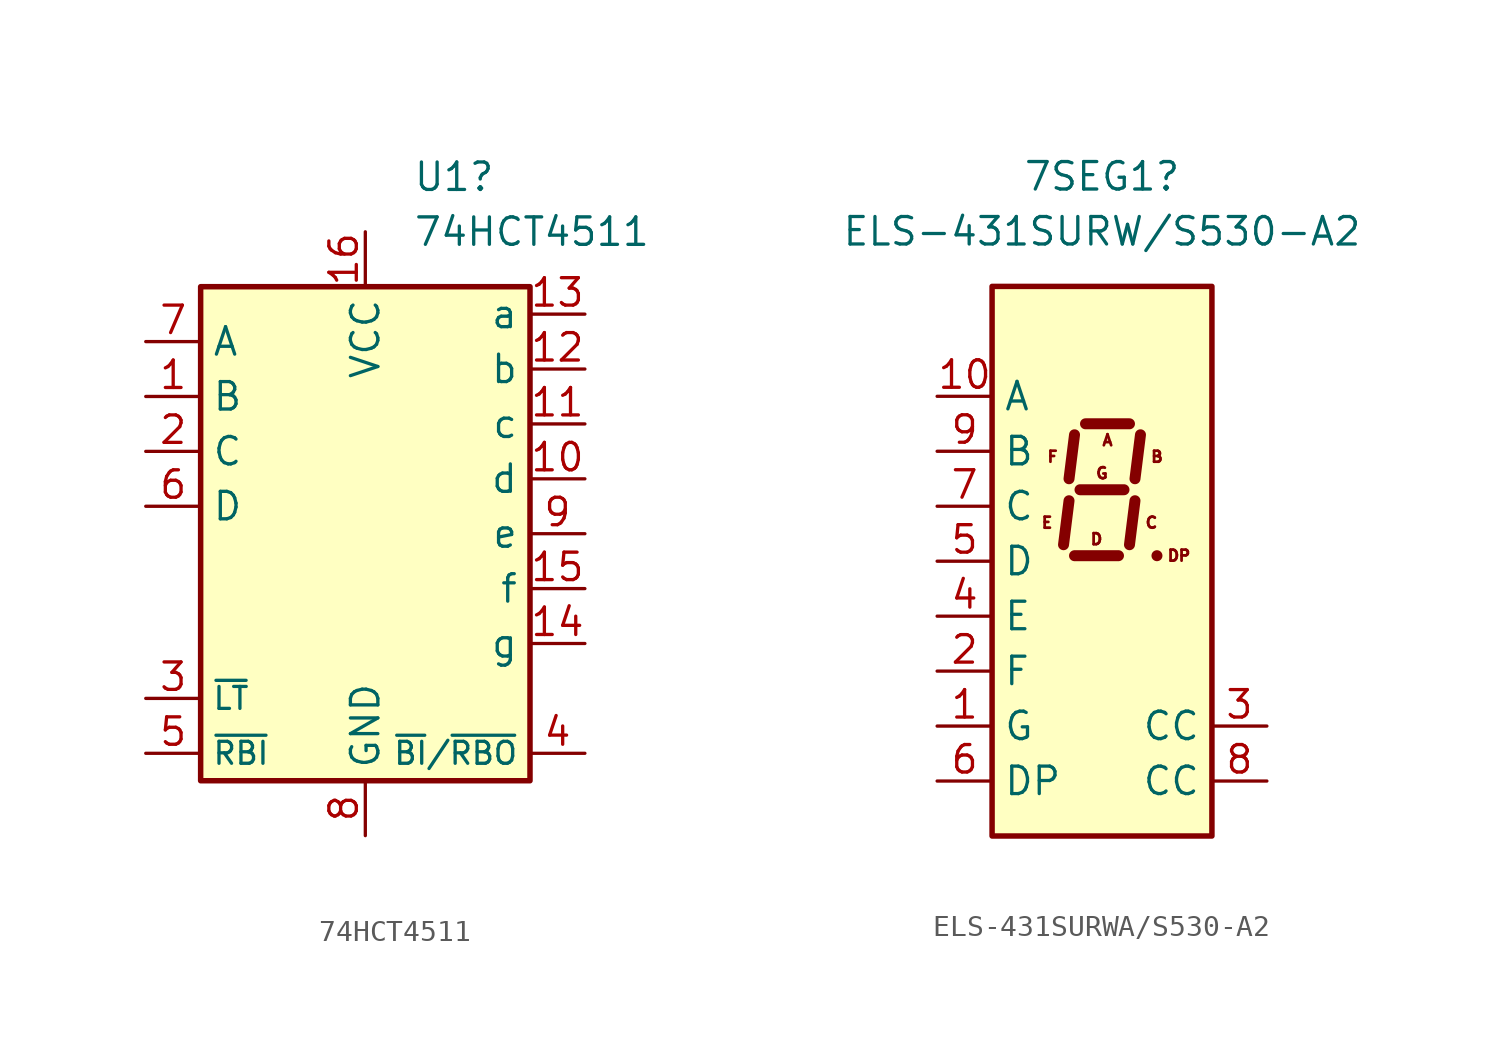
<source format=kicad_sym>
(kicad_symbol_lib
  (version 20231120)
  (generator "kicad_symbol_editor")
  (generator_version "8.0")
  (symbol "74HCT4511"
    (property "Reference" "U1"
      (at 2.194 17.78 0)
      (effects (font (size 1.27 1.27)) (justify left)))
    (property "Value" "74HCT4511"
      (at 2.194 15.24 0)
      (effects (font (size 1.27 1.27)) (justify left)))
    (symbol "74HCT4511_0_1"
      (rectangle (start -7.62 12.7) (end 7.62 -10.16) (stroke (width 0.254) (type default)) (fill (type background))))
    (symbol "74HCT4511_1_1"
      (pin input line (at -10.16 7.62 0) (length 2.54) (name "B" (effects (font (size 1.27 1.27)))) (number "1" (effects (font (size 1.27 1.27)))))
      (pin output line (at 10.16 3.81 180) (length 2.54) (name "d" (effects (font (size 1.27 1.27)))) (number "10" (effects (font (size 1.27 1.27)))))
      (pin output line (at 10.16 6.35 180) (length 2.54) (name "c" (effects (font (size 1.27 1.27)))) (number "11" (effects (font (size 1.27 1.27)))))
      (pin output line (at 10.16 8.89 180) (length 2.54) (name "b" (effects (font (size 1.27 1.27)))) (number "12" (effects (font (size 1.27 1.27)))))
      (pin output line (at 10.16 11.43 180) (length 2.54) (name "a" (effects (font (size 1.27 1.27)))) (number "13" (effects (font (size 1.27 1.27)))))
      (pin output line (at 10.16 -3.81 180) (length 2.54) (name "g" (effects (font (size 1.27 1.27)))) (number "14" (effects (font (size 1.27 1.27)))))
      (pin output line (at 10.16 -1.27 180) (length 2.54) (name "f" (effects (font (size 1.27 1.27)))) (number "15" (effects (font (size 1.27 1.27)))))
      (pin power_in line (at 0 15.24 270) (length 2.54) (name "VCC" (effects (font (size 1.27 1.27)))) (number "16" (effects (font (size 1.27 1.27)))))
      (pin input line (at -10.16 5.08 0) (length 2.54) (name "C" (effects (font (size 1.27 1.27)))) (number "2" (effects (font (size 1.27 1.27)))))
      (pin input line (at -10.16 -6.35 0) (length 2.54) (name "~{LT}" (effects (font (size 1.016 1.016)))) (number "3" (effects (font (size 1.27 1.27)))))
      (pin output line (at 10.16 -8.89 180) (length 2.54) (name "~{BI}/~{RBO}" (effects (font (size 1.016 1.016)))) (number "4" (effects (font (size 1.27 1.27)))))
      (pin input line (at -10.16 -8.89 0) (length 2.54) (name "~{RBI}" (effects (font (size 1.016 1.016)))) (number "5" (effects (font (size 1.27 1.27)))))
      (pin input line (at -10.16 2.54 0) (length 2.54) (name "D" (effects (font (size 1.27 1.27)))) (number "6" (effects (font (size 1.27 1.27)))))
      (pin input line (at -10.16 10.16 0) (length 2.54) (name "A" (effects (font (size 1.27 1.27)))) (number "7" (effects (font (size 1.27 1.27)))))
      (pin power_in line (at 0 -12.7 90) (length 2.54) (name "GND" (effects (font (size 1.27 1.27)))) (number "8" (effects (font (size 1.27 1.27)))))
      (pin output line (at 10.16 1.27 180) (length 2.54) (name "e" (effects (font (size 1.27 1.27)))) (number "9" (effects (font (size 1.27 1.27)))))))
  (symbol "ELS-431SURWA/S530-A2"
    (property "Reference" "7SEG1"
      (at 0 17.78 0)
      (effects (font (size 1.27 1.27))))
    (property "Value" "ELS-431SURW/S530-A2"
      (at 0 15.24 0)
      (effects (font (size 1.27 1.27))))
    (symbol "ELS-431SURWA/S530-A2_0_0"
      (text "A" (at 0.254 5.588 0) (effects (font (size 0.508 0.508))))
      (text "B" (at 2.54 4.826 0) (effects (font (size 0.508 0.508))))
      (text "C" (at 2.286 1.778 0) (effects (font (size 0.508 0.508))))
      (text "D" (at -0.254 1.016 0) (effects (font (size 0.508 0.508))))
      (text "DP" (at 3.556 0.254 0) (effects (font (size 0.508 0.508))))
      (text "E" (at -2.54 1.778 0) (effects (font (size 0.508 0.508))))
      (text "F" (at -2.286 4.826 0) (effects (font (size 0.508 0.508))))
      (text "G" (at 0 4.064 0) (effects (font (size 0.508 0.508)))))
    (symbol "ELS-431SURWA/S530-A2_0_1"
      (rectangle (start -5.08 12.7) (end 5.08 -12.7) (stroke (width 0.254) (type default)) (fill (type background)))
      (polyline (pts (xy -1.524 2.794) (xy -1.778 0.762)) (stroke (width 0.508) (type default)) (fill (type none)))
      (polyline (pts (xy -1.27 0.254) (xy 0.762 0.254)) (stroke (width 0.508) (type default)) (fill (type none)))
      (polyline (pts (xy -1.27 5.842) (xy -1.524 3.81)) (stroke (width 0.508) (type default)) (fill (type none)))
      (polyline (pts (xy -1.016 3.302) (xy 1.016 3.302)) (stroke (width 0.508) (type default)) (fill (type none)))
      (polyline (pts (xy -0.762 6.35) (xy 1.27 6.35)) (stroke (width 0.508) (type default)) (fill (type none)))
      (polyline (pts (xy 1.524 2.794) (xy 1.27 0.762)) (stroke (width 0.508) (type default)) (fill (type none)))
      (polyline (pts (xy 1.778 5.842) (xy 1.524 3.81)) (stroke (width 0.508) (type default)) (fill (type none)))
      (polyline (pts (xy 2.54 0.254) (xy 2.54 0.254)) (stroke (width 0.508) (type default)) (fill (type none))))
    (symbol "ELS-431SURWA/S530-A2_1_1"
      (pin input line (at -7.62 -7.62 0) (length 2.54) (name "G" (effects (font (size 1.27 1.27)))) (number "1" (effects (font (size 1.27 1.27)))))
      (pin input line (at -7.62 7.62 0) (length 2.54) (name "A" (effects (font (size 1.27 1.27)))) (number "10" (effects (font (size 1.27 1.27)))))
      (pin input line (at -7.62 -5.08 0) (length 2.54) (name "F" (effects (font (size 1.27 1.27)))) (number "2" (effects (font (size 1.27 1.27)))))
      (pin input line (at 7.62 -7.62 180) (length 2.54) (name "CC" (effects (font (size 1.27 1.27)))) (number "3" (effects (font (size 1.27 1.27)))))
      (pin input line (at -7.62 -2.54 0) (length 2.54) (name "E" (effects (font (size 1.27 1.27)))) (number "4" (effects (font (size 1.27 1.27)))))
      (pin input line (at -7.62 0 0) (length 2.54) (name "D" (effects (font (size 1.27 1.27)))) (number "5" (effects (font (size 1.27 1.27)))))
      (pin input line (at -7.62 -10.16 0) (length 2.54) (name "DP" (effects (font (size 1.27 1.27)))) (number "6" (effects (font (size 1.27 1.27)))))
      (pin input line (at -7.62 2.54 0) (length 2.54) (name "C" (effects (font (size 1.27 1.27)))) (number "7" (effects (font (size 1.27 1.27)))))
      (pin input line (at 7.62 -10.16 180) (length 2.54) (name "CC" (effects (font (size 1.27 1.27)))) (number "8" (effects (font (size 1.27 1.27)))))
      (pin input line (at -7.62 5.08 0) (length 2.54) (name "B" (effects (font (size 1.27 1.27)))) (number "9" (effects (font (size 1.27 1.27))))))))
</source>
